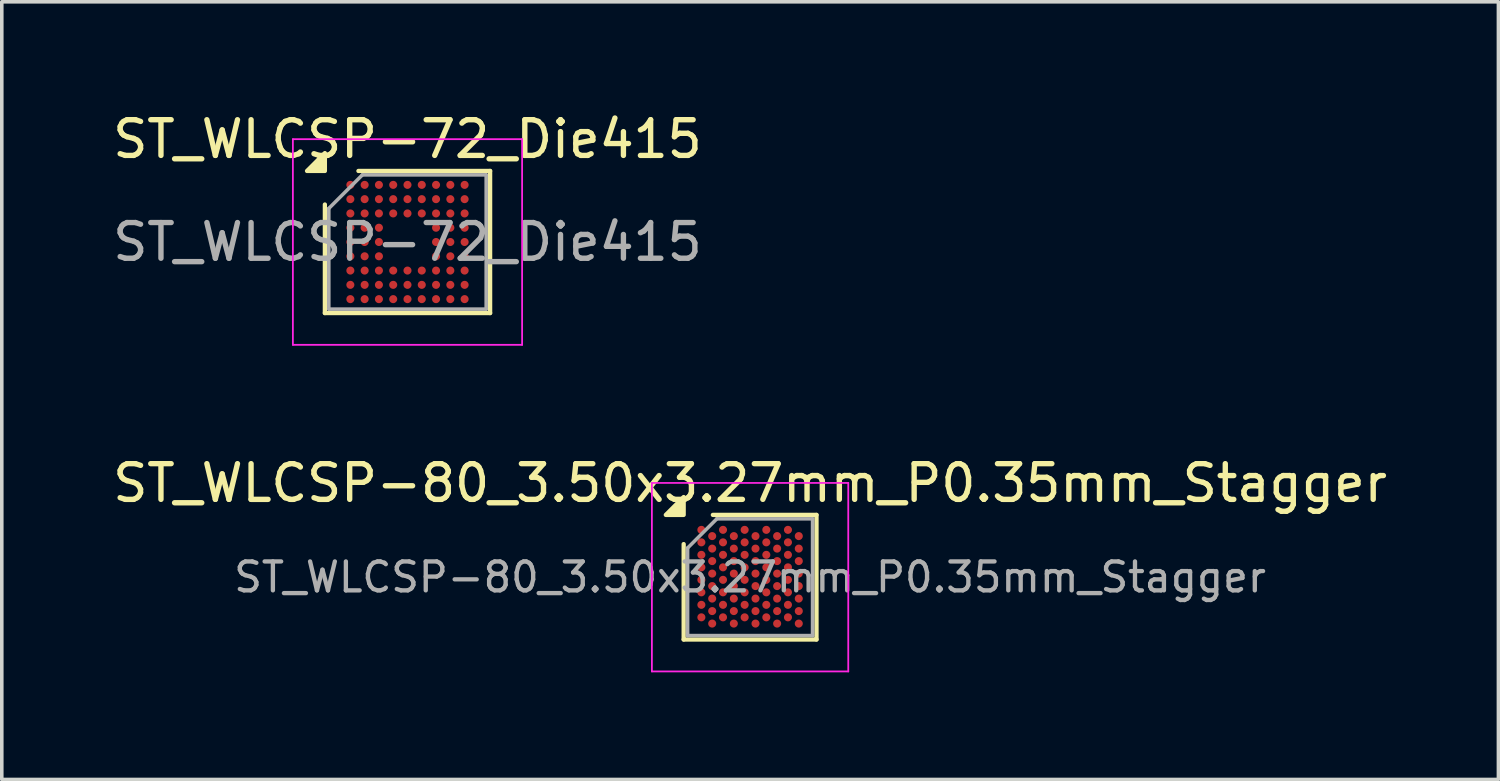
<source format=kicad_pcb>
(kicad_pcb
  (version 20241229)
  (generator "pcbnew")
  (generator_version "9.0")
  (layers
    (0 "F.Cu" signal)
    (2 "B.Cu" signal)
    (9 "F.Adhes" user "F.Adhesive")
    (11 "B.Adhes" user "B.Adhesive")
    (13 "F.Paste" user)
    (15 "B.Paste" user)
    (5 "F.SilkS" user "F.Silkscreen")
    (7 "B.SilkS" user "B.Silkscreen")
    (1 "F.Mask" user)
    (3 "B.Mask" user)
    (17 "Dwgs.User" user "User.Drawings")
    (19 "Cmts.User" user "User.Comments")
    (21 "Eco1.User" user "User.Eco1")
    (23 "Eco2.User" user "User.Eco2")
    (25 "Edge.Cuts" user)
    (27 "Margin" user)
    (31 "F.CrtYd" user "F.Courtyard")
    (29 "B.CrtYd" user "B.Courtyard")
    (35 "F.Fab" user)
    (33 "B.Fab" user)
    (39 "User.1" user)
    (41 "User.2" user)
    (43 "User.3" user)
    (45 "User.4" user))
  (footprint "ST_WLCSP-80_3.50x3.27mm_P0.35mm_Stagger"
    (layer "F.Cu")
    (at 17.958 13.116)
    (property "Reference" "ST_WLCSP-80_3.50x3.27mm_P0.35mm_Stagger" (at 0 -2.635 0) (layer "F.SilkS") (effects (font (size 1 1) (thickness 0.15))))
    (attr smd)
    (fp_line (start -1.86 1.745) (end -1.86 -0.927) (stroke (width 0.12) (type solid)) (layer "F.SilkS"))
    (fp_line (start -1.042 -1.745) (end 1.86 -1.745) (stroke (width 0.12) (type solid)) (layer "F.SilkS"))
    (fp_line (start 1.86 -1.745) (end 1.86 1.745) (stroke (width 0.12) (type solid)) (layer "F.SilkS"))
    (fp_line (start 1.86 1.745) (end -1.86 1.745) (stroke (width 0.12) (type solid)) (layer "F.SilkS"))
    (fp_poly (pts (xy -1.86 -1.745) (xy -2.36 -1.745) (xy -1.86 -2.245) (xy -1.86 -1.745)) (stroke (width 0.12) (type solid)) (fill yes) (layer "F.SilkS"))
    (fp_line (start -2.75 -2.64) (end -2.75 2.64) (stroke (width 0.05) (type solid)) (layer "F.CrtYd"))
    (fp_line (start -2.75 2.64) (end 2.75 2.64) (stroke (width 0.05) (type solid)) (layer "F.CrtYd"))
    (fp_line (start 2.75 -2.64) (end -2.75 -2.64) (stroke (width 0.05) (type solid)) (layer "F.CrtYd"))
    (fp_line (start 2.75 2.64) (end 2.75 -2.64) (stroke (width 0.05) (type solid)) (layer "F.CrtYd"))
    (fp_line (start -1.75 -0.818) (end -0.932 -1.635) (stroke (width 0.1) (type solid)) (layer "F.Fab"))
    (fp_line (start -1.75 1.635) (end -1.75 -0.818) (stroke (width 0.1) (type solid)) (layer "F.Fab"))
    (fp_line (start -0.932 -1.635) (end 1.75 -1.635) (stroke (width 0.1) (type solid)) (layer "F.Fab"))
    (fp_line (start 1.75 -1.635) (end 1.75 1.635) (stroke (width 0.1) (type solid)) (layer "F.Fab"))
    (fp_line (start 1.75 1.635) (end -1.75 1.635) (stroke (width 0.1) (type solid)) (layer "F.Fab"))
    (fp_text user "${REFERENCE}" (at 0 0 0) (layer "F.Fab") (effects (font (size 0.81 0.81) (thickness 0.121))))
    (pad "A1" smd circle (at -1.364 -1.326) (size 0.225 0.225) (property pad_prop_bga) (layers "F.Cu" "F.Mask" "F.Paste"))
    (pad "A3" smd circle (at -0.758 -1.326) (size 0.225 0.225) (property pad_prop_bga) (layers "F.Cu" "F.Mask" "F.Paste"))
    (pad "A5" smd circle (at -0.152 -1.326) (size 0.225 0.225) (property pad_prop_bga) (layers "F.Cu" "F.Mask" "F.Paste"))
    (pad "A7" smd circle (at 0.455 -1.326) (size 0.225 0.225) (property pad_prop_bga) (layers "F.Cu" "F.Mask" "F.Paste"))
    (pad "A9" smd circle (at 1.061 -1.326) (size 0.225 0.225) (property pad_prop_bga) (layers "F.Cu" "F.Mask" "F.Paste"))
    (pad "B2" smd circle (at -1.061 -1.151) (size 0.225 0.225) (property pad_prop_bga) (layers "F.Cu" "F.Mask" "F.Paste"))
    (pad "B4" smd circle (at -0.455 -1.151) (size 0.225 0.225) (property pad_prop_bga) (layers "F.Cu" "F.Mask" "F.Paste"))
    (pad "B6" smd circle (at 0.152 -1.151) (size 0.225 0.225) (property pad_prop_bga) (layers "F.Cu" "F.Mask" "F.Paste"))
    (pad "B8" smd circle (at 0.758 -1.151) (size 0.225 0.225) (property pad_prop_bga) (layers "F.Cu" "F.Mask" "F.Paste"))
    (pad "B10" smd circle (at 1.364 -1.151) (size 0.225 0.225) (property pad_prop_bga) (layers "F.Cu" "F.Mask" "F.Paste"))
    (pad "C1" smd circle (at -1.364 -0.976) (size 0.225 0.225) (property pad_prop_bga) (layers "F.Cu" "F.Mask" "F.Paste"))
    (pad "C3" smd circle (at -0.758 -0.976) (size 0.225 0.225) (property pad_prop_bga) (layers "F.Cu" "F.Mask" "F.Paste"))
    (pad "C5" smd circle (at -0.152 -0.976) (size 0.225 0.225) (property pad_prop_bga) (layers "F.Cu" "F.Mask" "F.Paste"))
    (pad "C7" smd circle (at 0.455 -0.976) (size 0.225 0.225) (property pad_prop_bga) (layers "F.Cu" "F.Mask" "F.Paste"))
    (pad "C9" smd circle (at 1.061 -0.976) (size 0.225 0.225) (property pad_prop_bga) (layers "F.Cu" "F.Mask" "F.Paste"))
    (pad "D2" smd circle (at -1.061 -0.801) (size 0.225 0.225) (property pad_prop_bga) (layers "F.Cu" "F.Mask" "F.Paste"))
    (pad "D4" smd circle (at -0.455 -0.801) (size 0.225 0.225) (property pad_prop_bga) (layers "F.Cu" "F.Mask" "F.Paste"))
    (pad "D6" smd circle (at 0.152 -0.801) (size 0.225 0.225) (property pad_prop_bga) (layers "F.Cu" "F.Mask" "F.Paste"))
    (pad "D8" smd circle (at 0.758 -0.801) (size 0.225 0.225) (property pad_prop_bga) (layers "F.Cu" "F.Mask" "F.Paste"))
    (pad "D10" smd circle (at 1.364 -0.801) (size 0.225 0.225) (property pad_prop_bga) (layers "F.Cu" "F.Mask" "F.Paste"))
    (pad "E1" smd circle (at -1.364 -0.626) (size 0.225 0.225) (property pad_prop_bga) (layers "F.Cu" "F.Mask" "F.Paste"))
    (pad "E3" smd circle (at -0.758 -0.626) (size 0.225 0.225) (property pad_prop_bga) (layers "F.Cu" "F.Mask" "F.Paste"))
    (pad "E5" smd circle (at -0.152 -0.626) (size 0.225 0.225) (property pad_prop_bga) (layers "F.Cu" "F.Mask" "F.Paste"))
    (pad "E7" smd circle (at 0.455 -0.626) (size 0.225 0.225) (property pad_prop_bga) (layers "F.Cu" "F.Mask" "F.Paste"))
    (pad "E9" smd circle (at 1.061 -0.626) (size 0.225 0.225) (property pad_prop_bga) (layers "F.Cu" "F.Mask" "F.Paste"))
    (pad "F2" smd circle (at -1.061 -0.451) (size 0.225 0.225) (property pad_prop_bga) (layers "F.Cu" "F.Mask" "F.Paste"))
    (pad "F4" smd circle (at -0.455 -0.451) (size 0.225 0.225) (property pad_prop_bga) (layers "F.Cu" "F.Mask" "F.Paste"))
    (pad "F6" smd circle (at 0.152 -0.451) (size 0.225 0.225) (property pad_prop_bga) (layers "F.Cu" "F.Mask" "F.Paste"))
    (pad "F8" smd circle (at 0.758 -0.451) (size 0.225 0.225) (property pad_prop_bga) (layers "F.Cu" "F.Mask" "F.Paste"))
    (pad "F10" smd circle (at 1.364 -0.451) (size 0.225 0.225) (property pad_prop_bga) (layers "F.Cu" "F.Mask" "F.Paste"))
    (pad "G1" smd circle (at -1.364 -0.276) (size 0.225 0.225) (property pad_prop_bga) (layers "F.Cu" "F.Mask" "F.Paste"))
    (pad "G3" smd circle (at -0.758 -0.276) (size 0.225 0.225) (property pad_prop_bga) (layers "F.Cu" "F.Mask" "F.Paste"))
    (pad "G5" smd circle (at -0.152 -0.276) (size 0.225 0.225) (property pad_prop_bga) (layers "F.Cu" "F.Mask" "F.Paste"))
    (pad "G7" smd circle (at 0.455 -0.276) (size 0.225 0.225) (property pad_prop_bga) (layers "F.Cu" "F.Mask" "F.Paste"))
    (pad "G9" smd circle (at 1.061 -0.276) (size 0.225 0.225) (property pad_prop_bga) (layers "F.Cu" "F.Mask" "F.Paste"))
    (pad "H2" smd circle (at -1.061 -0.101) (size 0.225 0.225) (property pad_prop_bga) (layers "F.Cu" "F.Mask" "F.Paste"))
    (pad "H4" smd circle (at -0.455 -0.101) (size 0.225 0.225) (property pad_prop_bga) (layers "F.Cu" "F.Mask" "F.Paste"))
    (pad "H6" smd circle (at 0.152 -0.101) (size 0.225 0.225) (property pad_prop_bga) (layers "F.Cu" "F.Mask" "F.Paste"))
    (pad "H8" smd circle (at 0.758 -0.101) (size 0.225 0.225) (property pad_prop_bga) (layers "F.Cu" "F.Mask" "F.Paste"))
    (pad "H10" smd circle (at 1.364 -0.101) (size 0.225 0.225) (property pad_prop_bga) (layers "F.Cu" "F.Mask" "F.Paste"))
    (pad "J1" smd circle (at -1.364 0.074) (size 0.225 0.225) (property pad_prop_bga) (layers "F.Cu" "F.Mask" "F.Paste"))
    (pad "J3" smd circle (at -0.758 0.074) (size 0.225 0.225) (property pad_prop_bga) (layers "F.Cu" "F.Mask" "F.Paste"))
    (pad "J5" smd circle (at -0.152 0.074) (size 0.225 0.225) (property pad_prop_bga) (layers "F.Cu" "F.Mask" "F.Paste"))
    (pad "J7" smd circle (at 0.455 0.074) (size 0.225 0.225) (property pad_prop_bga) (layers "F.Cu" "F.Mask" "F.Paste"))
    (pad "J9" smd circle (at 1.061 0.074) (size 0.225 0.225) (property pad_prop_bga) (layers "F.Cu" "F.Mask" "F.Paste"))
    (pad "K2" smd circle (at -1.061 0.249) (size 0.225 0.225) (property pad_prop_bga) (layers "F.Cu" "F.Mask" "F.Paste"))
    (pad "K4" smd circle (at -0.455 0.249) (size 0.225 0.225) (property pad_prop_bga) (layers "F.Cu" "F.Mask" "F.Paste"))
    (pad "K6" smd circle (at 0.152 0.249) (size 0.225 0.225) (property pad_prop_bga) (layers "F.Cu" "F.Mask" "F.Paste"))
    (pad "K8" smd circle (at 0.758 0.249) (size 0.225 0.225) (property pad_prop_bga) (layers "F.Cu" "F.Mask" "F.Paste"))
    (pad "K10" smd circle (at 1.364 0.249) (size 0.225 0.225) (property pad_prop_bga) (layers "F.Cu" "F.Mask" "F.Paste"))
    (pad "L1" smd circle (at -1.364 0.424) (size 0.225 0.225) (property pad_prop_bga) (layers "F.Cu" "F.Mask" "F.Paste"))
    (pad "L3" smd circle (at -0.758 0.424) (size 0.225 0.225) (property pad_prop_bga) (layers "F.Cu" "F.Mask" "F.Paste"))
    (pad "L5" smd circle (at -0.152 0.424) (size 0.225 0.225) (property pad_prop_bga) (layers "F.Cu" "F.Mask" "F.Paste"))
    (pad "L7" smd circle (at 0.455 0.424) (size 0.225 0.225) (property pad_prop_bga) (layers "F.Cu" "F.Mask" "F.Paste"))
    (pad "L9" smd circle (at 1.061 0.424) (size 0.225 0.225) (property pad_prop_bga) (layers "F.Cu" "F.Mask" "F.Paste"))
    (pad "M2" smd circle (at -1.061 0.599) (size 0.225 0.225) (property pad_prop_bga) (layers "F.Cu" "F.Mask" "F.Paste"))
    (pad "M4" smd circle (at -0.455 0.599) (size 0.225 0.225) (property pad_prop_bga) (layers "F.Cu" "F.Mask" "F.Paste"))
    (pad "M6" smd circle (at 0.152 0.599) (size 0.225 0.225) (property pad_prop_bga) (layers "F.Cu" "F.Mask" "F.Paste"))
    (pad "M8" smd circle (at 0.758 0.599) (size 0.225 0.225) (property pad_prop_bga) (layers "F.Cu" "F.Mask" "F.Paste"))
    (pad "M10" smd circle (at 1.364 0.599) (size 0.225 0.225) (property pad_prop_bga) (layers "F.Cu" "F.Mask" "F.Paste"))
    (pad "N1" smd circle (at -1.364 0.774) (size 0.225 0.225) (property pad_prop_bga) (layers "F.Cu" "F.Mask" "F.Paste"))
    (pad "N3" smd circle (at -0.758 0.774) (size 0.225 0.225) (property pad_prop_bga) (layers "F.Cu" "F.Mask" "F.Paste"))
    (pad "N5" smd circle (at -0.152 0.774) (size 0.225 0.225) (property pad_prop_bga) (layers "F.Cu" "F.Mask" "F.Paste"))
    (pad "N7" smd circle (at 0.455 0.774) (size 0.225 0.225) (property pad_prop_bga) (layers "F.Cu" "F.Mask" "F.Paste"))
    (pad "N9" smd circle (at 1.061 0.774) (size 0.225 0.225) (property pad_prop_bga) (layers "F.Cu" "F.Mask" "F.Paste"))
    (pad "P2" smd circle (at -1.061 0.949) (size 0.225 0.225) (property pad_prop_bga) (layers "F.Cu" "F.Mask" "F.Paste"))
    (pad "P4" smd circle (at -0.455 0.949) (size 0.225 0.225) (property pad_prop_bga) (layers "F.Cu" "F.Mask" "F.Paste"))
    (pad "P6" smd circle (at 0.152 0.949) (size 0.225 0.225) (property pad_prop_bga) (layers "F.Cu" "F.Mask" "F.Paste"))
    (pad "P8" smd circle (at 0.758 0.949) (size 0.225 0.225) (property pad_prop_bga) (layers "F.Cu" "F.Mask" "F.Paste"))
    (pad "P10" smd circle (at 1.364 0.949) (size 0.225 0.225) (property pad_prop_bga) (layers "F.Cu" "F.Mask" "F.Paste"))
    (pad "R1" smd circle (at -1.364 1.124) (size 0.225 0.225) (property pad_prop_bga) (layers "F.Cu" "F.Mask" "F.Paste"))
    (pad "R3" smd circle (at -0.758 1.124) (size 0.225 0.225) (property pad_prop_bga) (layers "F.Cu" "F.Mask" "F.Paste"))
    (pad "R5" smd circle (at -0.152 1.124) (size 0.225 0.225) (property pad_prop_bga) (layers "F.Cu" "F.Mask" "F.Paste"))
    (pad "R7" smd circle (at 0.455 1.124) (size 0.225 0.225) (property pad_prop_bga) (layers "F.Cu" "F.Mask" "F.Paste"))
    (pad "R9" smd circle (at 1.061 1.124) (size 0.225 0.225) (property pad_prop_bga) (layers "F.Cu" "F.Mask" "F.Paste"))
    (pad "T2" smd circle (at -1.061 1.299) (size 0.225 0.225) (property pad_prop_bga) (layers "F.Cu" "F.Mask" "F.Paste"))
    (pad "T4" smd circle (at -0.455 1.299) (size 0.225 0.225) (property pad_prop_bga) (layers "F.Cu" "F.Mask" "F.Paste"))
    (pad "T6" smd circle (at 0.152 1.299) (size 0.225 0.225) (property pad_prop_bga) (layers "F.Cu" "F.Mask" "F.Paste"))
    (pad "T8" smd circle (at 0.758 1.299) (size 0.225 0.225) (property pad_prop_bga) (layers "F.Cu" "F.Mask" "F.Paste"))
    (pad "T10" smd circle (at 1.364 1.299) (size 0.225 0.225) (property pad_prop_bga) (layers "F.Cu" "F.Mask" "F.Paste")))
  (footprint "ST_WLCSP-72_Die415"
    (layer "F.Cu")
    (at 8.363 3.728)
    (property "Reference" "ST_WLCSP-72_Die415" (at 0 -2.88 0) (layer "F.SilkS") (effects (font (size 1 1) (thickness 0.15))))
    (attr smd)
    (fp_line (start -2.314 1.99) (end -2.314 -1.05) (stroke (width 0.12) (type solid)) (layer "F.SilkS"))
    (fp_line (start -1.374 -1.99) (end 2.314 -1.99) (stroke (width 0.12) (type solid)) (layer "F.SilkS"))
    (fp_line (start 2.314 -1.99) (end 2.314 1.99) (stroke (width 0.12) (type solid)) (layer "F.SilkS"))
    (fp_line (start 2.314 1.99) (end -2.314 1.99) (stroke (width 0.12) (type solid)) (layer "F.SilkS"))
    (fp_poly (pts (xy -2.314 -1.99) (xy -2.814 -1.99) (xy -2.314 -2.49) (xy -2.314 -1.99)) (stroke (width 0.12) (type solid)) (fill yes) (layer "F.SilkS"))
    (fp_line (start -3.21 -2.88) (end -3.21 2.88) (stroke (width 0.05) (type solid)) (layer "F.CrtYd"))
    (fp_line (start -3.21 2.88) (end 3.21 2.88) (stroke (width 0.05) (type solid)) (layer "F.CrtYd"))
    (fp_line (start 3.21 -2.88) (end -3.21 -2.88) (stroke (width 0.05) (type solid)) (layer "F.CrtYd"))
    (fp_line (start 3.21 2.88) (end 3.21 -2.88) (stroke (width 0.05) (type solid)) (layer "F.CrtYd"))
    (fp_line (start -2.204 -0.94) (end -1.264 -1.88) (stroke (width 0.1) (type solid)) (layer "F.Fab"))
    (fp_line (start -2.204 1.88) (end -2.204 -0.94) (stroke (width 0.1) (type solid)) (layer "F.Fab"))
    (fp_line (start -1.264 -1.88) (end 2.204 -1.88) (stroke (width 0.1) (type solid)) (layer "F.Fab"))
    (fp_line (start 2.204 -1.88) (end 2.204 1.88) (stroke (width 0.1) (type solid)) (layer "F.Fab"))
    (fp_line (start 2.204 1.88) (end -2.204 1.88) (stroke (width 0.1) (type solid)) (layer "F.Fab"))
    (fp_text user "${REFERENCE}" (at 0 0 0) (layer "F.Fab") (effects (font (size 1 1) (thickness 0.15))))
    (pad "A1" smd circle (at -1.6 -1.6) (size 0.225 0.225) (property pad_prop_bga) (layers "F.Cu" "F.Mask" "F.Paste"))
    (pad "A2" smd circle (at -1.2 -1.6) (size 0.225 0.225) (property pad_prop_bga) (layers "F.Cu" "F.Mask" "F.Paste"))
    (pad "A3" smd circle (at -0.8 -1.6) (size 0.225 0.225) (property pad_prop_bga) (layers "F.Cu" "F.Mask" "F.Paste"))
    (pad "A4" smd circle (at -0.4 -1.6) (size 0.225 0.225) (property pad_prop_bga) (layers "F.Cu" "F.Mask" "F.Paste"))
    (pad "A5" smd circle (at 0 -1.6) (size 0.225 0.225) (property pad_prop_bga) (layers "F.Cu" "F.Mask" "F.Paste"))
    (pad "A6" smd circle (at 0.4 -1.6) (size 0.225 0.225) (property pad_prop_bga) (layers "F.Cu" "F.Mask" "F.Paste"))
    (pad "A7" smd circle (at 0.8 -1.6) (size 0.225 0.225) (property pad_prop_bga) (layers "F.Cu" "F.Mask" "F.Paste"))
    (pad "A8" smd circle (at 1.2 -1.6) (size 0.225 0.225) (property pad_prop_bga) (layers "F.Cu" "F.Mask" "F.Paste"))
    (pad "A9" smd circle (at 1.6 -1.6) (size 0.225 0.225) (property pad_prop_bga) (layers "F.Cu" "F.Mask" "F.Paste"))
    (pad "B1" smd circle (at -1.6 -1.2) (size 0.225 0.225) (property pad_prop_bga) (layers "F.Cu" "F.Mask" "F.Paste"))
    (pad "B2" smd circle (at -1.2 -1.2) (size 0.225 0.225) (property pad_prop_bga) (layers "F.Cu" "F.Mask" "F.Paste"))
    (pad "B3" smd circle (at -0.8 -1.2) (size 0.225 0.225) (property pad_prop_bga) (layers "F.Cu" "F.Mask" "F.Paste"))
    (pad "B4" smd circle (at -0.4 -1.2) (size 0.225 0.225) (property pad_prop_bga) (layers "F.Cu" "F.Mask" "F.Paste"))
    (pad "B5" smd circle (at 0 -1.2) (size 0.225 0.225) (property pad_prop_bga) (layers "F.Cu" "F.Mask" "F.Paste"))
    (pad "B6" smd circle (at 0.4 -1.2) (size 0.225 0.225) (property pad_prop_bga) (layers "F.Cu" "F.Mask" "F.Paste"))
    (pad "B7" smd circle (at 0.8 -1.2) (size 0.225 0.225) (property pad_prop_bga) (layers "F.Cu" "F.Mask" "F.Paste"))
    (pad "B8" smd circle (at 1.2 -1.2) (size 0.225 0.225) (property pad_prop_bga) (layers "F.Cu" "F.Mask" "F.Paste"))
    (pad "B9" smd circle (at 1.6 -1.2) (size 0.225 0.225) (property pad_prop_bga) (layers "F.Cu" "F.Mask" "F.Paste"))
    (pad "C1" smd circle (at -1.6 -0.8) (size 0.225 0.225) (property pad_prop_bga) (layers "F.Cu" "F.Mask" "F.Paste"))
    (pad "C2" smd circle (at -1.2 -0.8) (size 0.225 0.225) (property pad_prop_bga) (layers "F.Cu" "F.Mask" "F.Paste"))
    (pad "C3" smd circle (at -0.8 -0.8) (size 0.225 0.225) (property pad_prop_bga) (layers "F.Cu" "F.Mask" "F.Paste"))
    (pad "C4" smd circle (at -0.4 -0.8) (size 0.225 0.225) (property pad_prop_bga) (layers "F.Cu" "F.Mask" "F.Paste"))
    (pad "C5" smd circle (at 0 -0.8) (size 0.225 0.225) (property pad_prop_bga) (layers "F.Cu" "F.Mask" "F.Paste"))
    (pad "C6" smd circle (at 0.4 -0.8) (size 0.225 0.225) (property pad_prop_bga) (layers "F.Cu" "F.Mask" "F.Paste"))
    (pad "C7" smd circle (at 0.8 -0.8) (size 0.225 0.225) (property pad_prop_bga) (layers "F.Cu" "F.Mask" "F.Paste"))
    (pad "C8" smd circle (at 1.2 -0.8) (size 0.225 0.225) (property pad_prop_bga) (layers "F.Cu" "F.Mask" "F.Paste"))
    (pad "C9" smd circle (at 1.6 -0.8) (size 0.225 0.225) (property pad_prop_bga) (layers "F.Cu" "F.Mask" "F.Paste"))
    (pad "D1" smd circle (at -1.6 -0.4) (size 0.225 0.225) (property pad_prop_bga) (layers "F.Cu" "F.Mask" "F.Paste"))
    (pad "D2" smd circle (at -1.2 -0.4) (size 0.225 0.225) (property pad_prop_bga) (layers "F.Cu" "F.Mask" "F.Paste"))
    (pad "D3" smd circle (at -0.8 -0.4) (size 0.225 0.225) (property pad_prop_bga) (layers "F.Cu" "F.Mask" "F.Paste"))
    (pad "D7" smd circle (at 0.8 -0.4) (size 0.225 0.225) (property pad_prop_bga) (layers "F.Cu" "F.Mask" "F.Paste"))
    (pad "D8" smd circle (at 1.2 -0.4) (size 0.225 0.225) (property pad_prop_bga) (layers "F.Cu" "F.Mask" "F.Paste"))
    (pad "D9" smd circle (at 1.6 -0.4) (size 0.225 0.225) (property pad_prop_bga) (layers "F.Cu" "F.Mask" "F.Paste"))
    (pad "E1" smd circle (at -1.6 0) (size 0.225 0.225) (property pad_prop_bga) (layers "F.Cu" "F.Mask" "F.Paste"))
    (pad "E2" smd circle (at -1.2 0) (size 0.225 0.225) (property pad_prop_bga) (layers "F.Cu" "F.Mask" "F.Paste"))
    (pad "E3" smd circle (at -0.8 0) (size 0.225 0.225) (property pad_prop_bga) (layers "F.Cu" "F.Mask" "F.Paste"))
    (pad "E7" smd circle (at 0.8 0) (size 0.225 0.225) (property pad_prop_bga) (layers "F.Cu" "F.Mask" "F.Paste"))
    (pad "E8" smd circle (at 1.2 0) (size 0.225 0.225) (property pad_prop_bga) (layers "F.Cu" "F.Mask" "F.Paste"))
    (pad "E9" smd circle (at 1.6 0) (size 0.225 0.225) (property pad_prop_bga) (layers "F.Cu" "F.Mask" "F.Paste"))
    (pad "F1" smd circle (at -1.6 0.4) (size 0.225 0.225) (property pad_prop_bga) (layers "F.Cu" "F.Mask" "F.Paste"))
    (pad "F2" smd circle (at -1.2 0.4) (size 0.225 0.225) (property pad_prop_bga) (layers "F.Cu" "F.Mask" "F.Paste"))
    (pad "F3" smd circle (at -0.8 0.4) (size 0.225 0.225) (property pad_prop_bga) (layers "F.Cu" "F.Mask" "F.Paste"))
    (pad "F7" smd circle (at 0.8 0.4) (size 0.225 0.225) (property pad_prop_bga) (layers "F.Cu" "F.Mask" "F.Paste"))
    (pad "F8" smd circle (at 1.2 0.4) (size 0.225 0.225) (property pad_prop_bga) (layers "F.Cu" "F.Mask" "F.Paste"))
    (pad "F9" smd circle (at 1.6 0.4) (size 0.225 0.225) (property pad_prop_bga) (layers "F.Cu" "F.Mask" "F.Paste"))
    (pad "G1" smd circle (at -1.6 0.8) (size 0.225 0.225) (property pad_prop_bga) (layers "F.Cu" "F.Mask" "F.Paste"))
    (pad "G2" smd circle (at -1.2 0.8) (size 0.225 0.225) (property pad_prop_bga) (layers "F.Cu" "F.Mask" "F.Paste"))
    (pad "G3" smd circle (at -0.8 0.8) (size 0.225 0.225) (property pad_prop_bga) (layers "F.Cu" "F.Mask" "F.Paste"))
    (pad "G4" smd circle (at -0.4 0.8) (size 0.225 0.225) (property pad_prop_bga) (layers "F.Cu" "F.Mask" "F.Paste"))
    (pad "G5" smd circle (at 0 0.8) (size 0.225 0.225) (property pad_prop_bga) (layers "F.Cu" "F.Mask" "F.Paste"))
    (pad "G6" smd circle (at 0.4 0.8) (size 0.225 0.225) (property pad_prop_bga) (layers "F.Cu" "F.Mask" "F.Paste"))
    (pad "G7" smd circle (at 0.8 0.8) (size 0.225 0.225) (property pad_prop_bga) (layers "F.Cu" "F.Mask" "F.Paste"))
    (pad "G8" smd circle (at 1.2 0.8) (size 0.225 0.225) (property pad_prop_bga) (layers "F.Cu" "F.Mask" "F.Paste"))
    (pad "G9" smd circle (at 1.6 0.8) (size 0.225 0.225) (property pad_prop_bga) (layers "F.Cu" "F.Mask" "F.Paste"))
    (pad "H1" smd circle (at -1.6 1.2) (size 0.225 0.225) (property pad_prop_bga) (layers "F.Cu" "F.Mask" "F.Paste"))
    (pad "H2" smd circle (at -1.2 1.2) (size 0.225 0.225) (property pad_prop_bga) (layers "F.Cu" "F.Mask" "F.Paste"))
    (pad "H3" smd circle (at -0.8 1.2) (size 0.225 0.225) (property pad_prop_bga) (layers "F.Cu" "F.Mask" "F.Paste"))
    (pad "H4" smd circle (at -0.4 1.2) (size 0.225 0.225) (property pad_prop_bga) (layers "F.Cu" "F.Mask" "F.Paste"))
    (pad "H5" smd circle (at 0 1.2) (size 0.225 0.225) (property pad_prop_bga) (layers "F.Cu" "F.Mask" "F.Paste"))
    (pad "H6" smd circle (at 0.4 1.2) (size 0.225 0.225) (property pad_prop_bga) (layers "F.Cu" "F.Mask" "F.Paste"))
    (pad "H7" smd circle (at 0.8 1.2) (size 0.225 0.225) (property pad_prop_bga) (layers "F.Cu" "F.Mask" "F.Paste"))
    (pad "H8" smd circle (at 1.2 1.2) (size 0.225 0.225) (property pad_prop_bga) (layers "F.Cu" "F.Mask" "F.Paste"))
    (pad "H9" smd circle (at 1.6 1.2) (size 0.225 0.225) (property pad_prop_bga) (layers "F.Cu" "F.Mask" "F.Paste"))
    (pad "J1" smd circle (at -1.6 1.6) (size 0.225 0.225) (property pad_prop_bga) (layers "F.Cu" "F.Mask" "F.Paste"))
    (pad "J2" smd circle (at -1.2 1.6) (size 0.225 0.225) (property pad_prop_bga) (layers "F.Cu" "F.Mask" "F.Paste"))
    (pad "J3" smd circle (at -0.8 1.6) (size 0.225 0.225) (property pad_prop_bga) (layers "F.Cu" "F.Mask" "F.Paste"))
    (pad "J4" smd circle (at -0.4 1.6) (size 0.225 0.225) (property pad_prop_bga) (layers "F.Cu" "F.Mask" "F.Paste"))
    (pad "J5" smd circle (at 0 1.6) (size 0.225 0.225) (property pad_prop_bga) (layers "F.Cu" "F.Mask" "F.Paste"))
    (pad "J6" smd circle (at 0.4 1.6) (size 0.225 0.225) (property pad_prop_bga) (layers "F.Cu" "F.Mask" "F.Paste"))
    (pad "J7" smd circle (at 0.8 1.6) (size 0.225 0.225) (property pad_prop_bga) (layers "F.Cu" "F.Mask" "F.Paste"))
    (pad "J8" smd circle (at 1.2 1.6) (size 0.225 0.225) (property pad_prop_bga) (layers "F.Cu" "F.Mask" "F.Paste"))
    (pad "J9" smd circle (at 1.6 1.6) (size 0.225 0.225) (property pad_prop_bga) (layers "F.Cu" "F.Mask" "F.Paste")))
  (gr_rect
    (start -3 -3)
    (end 38.917 18.781)
    (stroke (width 0.1) (type default))
    (fill no)
    (layer "Edge.Cuts")))
</source>
